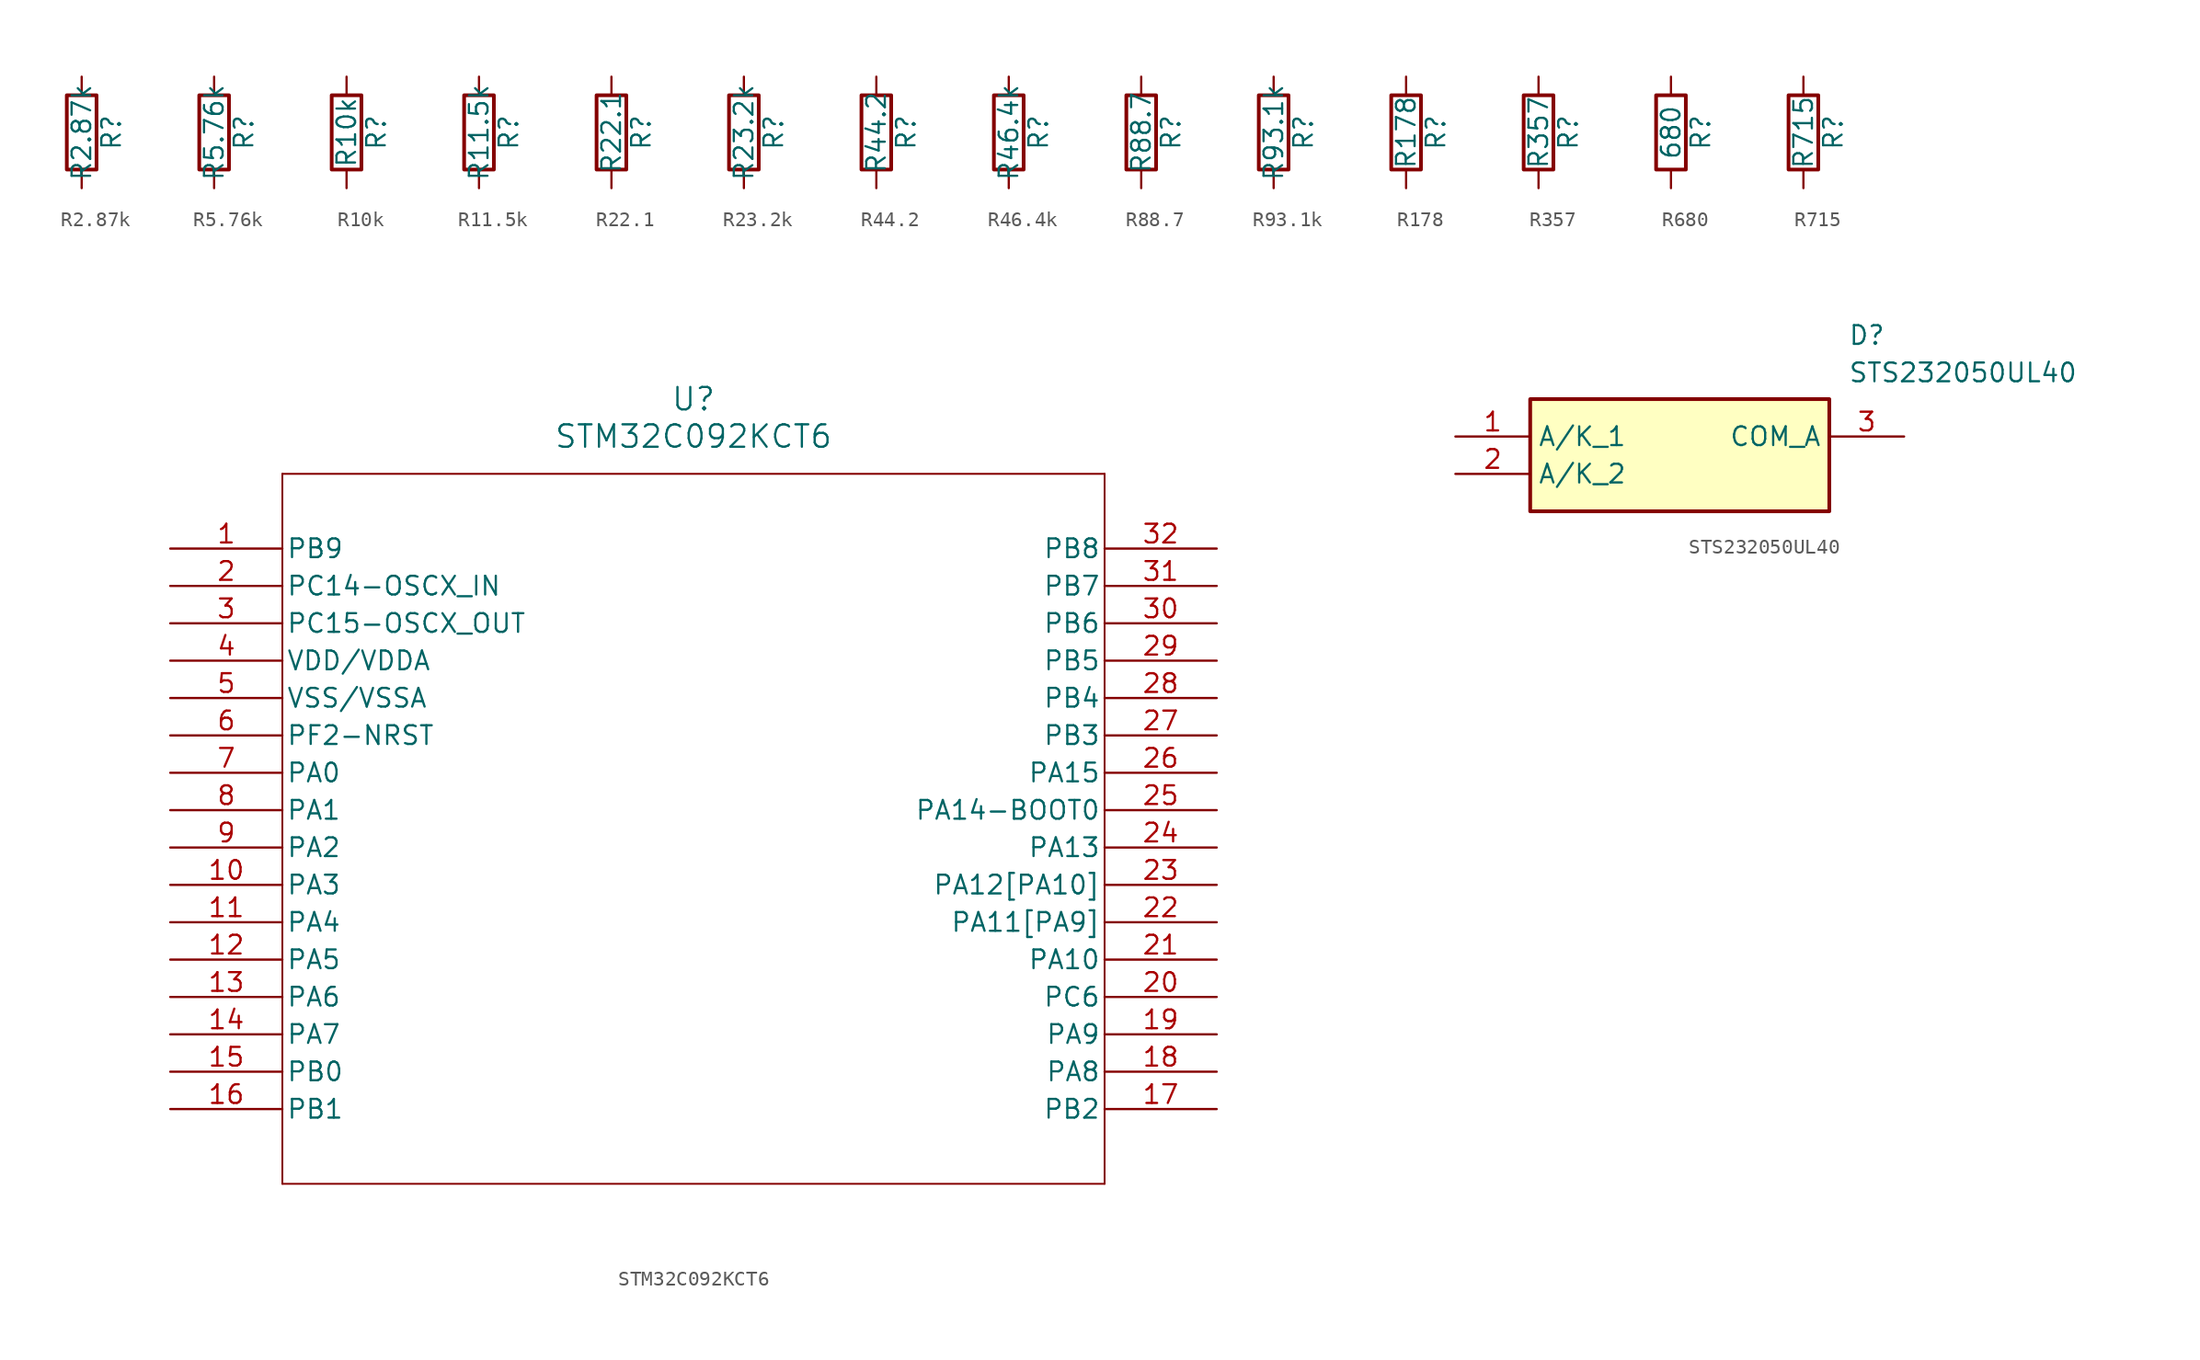
<source format=kicad_sym>
(kicad_symbol_lib
  (version 20241209)
  (generator "kicad_symbol_editor")
  (generator_version "9.0")
  (symbol "R2.87k"
    (pin_numbers
      (hide yes))
    (pin_names
      (offset 0))
    (property "Reference" "R"
      (at 2.032 0 90)
      (effects (font (size 1.27 1.27))))
    (property "Value" "R2.87k"
      (at 0 0 90)
      (effects (font (size 1.27 1.27))))
    (symbol "R2.87k_0_1"
      (rectangle (start -1.016 -2.54) (end 1.016 2.54) (stroke (width 0.254) (type default)) (fill (type none))))
    (symbol "R2.87k_1_1"
      (pin passive line (at 0 3.81 270) (length 1.27) (name "~" (effects (font (size 1.27 1.27)))) (number "1" (effects (font (size 1.27 1.27)))))
      (pin passive line (at 0 -3.81 90) (length 1.27) (name "~" (effects (font (size 1.27 1.27)))) (number "2" (effects (font (size 1.27 1.27)))))))
  (symbol "R5.76k"
    (pin_numbers
      (hide yes))
    (pin_names
      (offset 0))
    (property "Reference" "R"
      (at 2.032 0 90)
      (effects (font (size 1.27 1.27))))
    (property "Value" "R5.76k"
      (at 0 0 90)
      (effects (font (size 1.27 1.27))))
    (symbol "R5.76k_0_1"
      (rectangle (start -1.016 -2.54) (end 1.016 2.54) (stroke (width 0.254) (type default)) (fill (type none))))
    (symbol "R5.76k_1_1"
      (pin passive line (at 0 3.81 270) (length 1.27) (name "~" (effects (font (size 1.27 1.27)))) (number "1" (effects (font (size 1.27 1.27)))))
      (pin passive line (at 0 -3.81 90) (length 1.27) (name "~" (effects (font (size 1.27 1.27)))) (number "2" (effects (font (size 1.27 1.27)))))))
  (symbol "R10k"
    (pin_numbers
      (hide yes))
    (pin_names
      (offset 0))
    (property "Reference" "R"
      (at 2.032 0 90)
      (effects (font (size 1.27 1.27))))
    (property "Value" "R10k"
      (at 0 0 90)
      (effects (font (size 1.27 1.27))))
    (symbol "R10k_0_1"
      (rectangle (start -1.016 -2.54) (end 1.016 2.54) (stroke (width 0.254) (type default)) (fill (type none))))
    (symbol "R10k_1_1"
      (pin passive line (at 0 3.81 270) (length 1.27) (name "~" (effects (font (size 1.27 1.27)))) (number "1" (effects (font (size 1.27 1.27)))))
      (pin passive line (at 0 -3.81 90) (length 1.27) (name "~" (effects (font (size 1.27 1.27)))) (number "2" (effects (font (size 1.27 1.27)))))))
  (symbol "R11.5k"
    (pin_numbers
      (hide yes))
    (pin_names
      (offset 0))
    (property "Reference" "R"
      (at 2.032 0 90)
      (effects (font (size 1.27 1.27))))
    (property "Value" "R11.5k"
      (at 0 0 90)
      (effects (font (size 1.27 1.27))))
    (symbol "R11.5k_0_1"
      (rectangle (start -1.016 -2.54) (end 1.016 2.54) (stroke (width 0.254) (type default)) (fill (type none))))
    (symbol "R11.5k_1_1"
      (pin passive line (at 0 3.81 270) (length 1.27) (name "~" (effects (font (size 1.27 1.27)))) (number "1" (effects (font (size 1.27 1.27)))))
      (pin passive line (at 0 -3.81 90) (length 1.27) (name "~" (effects (font (size 1.27 1.27)))) (number "2" (effects (font (size 1.27 1.27)))))))
  (symbol "R22.1"
    (pin_numbers
      (hide yes))
    (pin_names
      (offset 0))
    (property "Reference" "R"
      (at 2.032 0 90)
      (effects (font (size 1.27 1.27))))
    (property "Value" "R22.1"
      (at 0 0 90)
      (effects (font (size 1.27 1.27))))
    (symbol "R22.1_0_1"
      (rectangle (start -1.016 -2.54) (end 1.016 2.54) (stroke (width 0.254) (type default)) (fill (type none))))
    (symbol "R22.1_1_1"
      (pin passive line (at 0 3.81 270) (length 1.27) (name "~" (effects (font (size 1.27 1.27)))) (number "1" (effects (font (size 1.27 1.27)))))
      (pin passive line (at 0 -3.81 90) (length 1.27) (name "~" (effects (font (size 1.27 1.27)))) (number "2" (effects (font (size 1.27 1.27)))))))
  (symbol "R23.2k"
    (pin_numbers
      (hide yes))
    (pin_names
      (offset 0))
    (property "Reference" "R"
      (at 2.032 0 90)
      (effects (font (size 1.27 1.27))))
    (property "Value" "R23.2k"
      (at 0 0 90)
      (effects (font (size 1.27 1.27))))
    (symbol "R23.2k_0_1"
      (rectangle (start -1.016 -2.54) (end 1.016 2.54) (stroke (width 0.254) (type default)) (fill (type none))))
    (symbol "R23.2k_1_1"
      (pin passive line (at 0 3.81 270) (length 1.27) (name "~" (effects (font (size 1.27 1.27)))) (number "1" (effects (font (size 1.27 1.27)))))
      (pin passive line (at 0 -3.81 90) (length 1.27) (name "~" (effects (font (size 1.27 1.27)))) (number "2" (effects (font (size 1.27 1.27)))))))
  (symbol "R44.2"
    (pin_numbers
      (hide yes))
    (pin_names
      (offset 0))
    (property "Reference" "R"
      (at 2.032 0 90)
      (effects (font (size 1.27 1.27))))
    (property "Value" "R44.2"
      (at 0 0 90)
      (effects (font (size 1.27 1.27))))
    (symbol "R44.2_0_1"
      (rectangle (start -1.016 -2.54) (end 1.016 2.54) (stroke (width 0.254) (type default)) (fill (type none))))
    (symbol "R44.2_1_1"
      (pin passive line (at 0 3.81 270) (length 1.27) (name "~" (effects (font (size 1.27 1.27)))) (number "1" (effects (font (size 1.27 1.27)))))
      (pin passive line (at 0 -3.81 90) (length 1.27) (name "~" (effects (font (size 1.27 1.27)))) (number "2" (effects (font (size 1.27 1.27)))))))
  (symbol "R46.4k"
    (pin_numbers
      (hide yes))
    (pin_names
      (offset 0))
    (property "Reference" "R"
      (at 2.032 0 90)
      (effects (font (size 1.27 1.27))))
    (property "Value" "R46.4k"
      (at 0 0 90)
      (effects (font (size 1.27 1.27))))
    (symbol "R46.4k_0_1"
      (rectangle (start -1.016 -2.54) (end 1.016 2.54) (stroke (width 0.254) (type default)) (fill (type none))))
    (symbol "R46.4k_1_1"
      (pin passive line (at 0 3.81 270) (length 1.27) (name "~" (effects (font (size 1.27 1.27)))) (number "1" (effects (font (size 1.27 1.27)))))
      (pin passive line (at 0 -3.81 90) (length 1.27) (name "~" (effects (font (size 1.27 1.27)))) (number "2" (effects (font (size 1.27 1.27)))))))
  (symbol "R88.7"
    (pin_numbers
      (hide yes))
    (pin_names
      (offset 0))
    (property "Reference" "R"
      (at 2.032 0 90)
      (effects (font (size 1.27 1.27))))
    (property "Value" "R88.7"
      (at 0 0 90)
      (effects (font (size 1.27 1.27))))
    (symbol "R88.7_0_1"
      (rectangle (start -1.016 -2.54) (end 1.016 2.54) (stroke (width 0.254) (type default)) (fill (type none))))
    (symbol "R88.7_1_1"
      (pin passive line (at 0 3.81 270) (length 1.27) (name "~" (effects (font (size 1.27 1.27)))) (number "1" (effects (font (size 1.27 1.27)))))
      (pin passive line (at 0 -3.81 90) (length 1.27) (name "~" (effects (font (size 1.27 1.27)))) (number "2" (effects (font (size 1.27 1.27)))))))
  (symbol "R93.1k"
    (pin_numbers
      (hide yes))
    (pin_names
      (offset 0))
    (property "Reference" "R"
      (at 2.032 0 90)
      (effects (font (size 1.27 1.27))))
    (property "Value" "R93.1k"
      (at 0 0 90)
      (effects (font (size 1.27 1.27))))
    (symbol "R93.1k_0_1"
      (rectangle (start -1.016 -2.54) (end 1.016 2.54) (stroke (width 0.254) (type default)) (fill (type none))))
    (symbol "R93.1k_1_1"
      (pin passive line (at 0 3.81 270) (length 1.27) (name "~" (effects (font (size 1.27 1.27)))) (number "1" (effects (font (size 1.27 1.27)))))
      (pin passive line (at 0 -3.81 90) (length 1.27) (name "~" (effects (font (size 1.27 1.27)))) (number "2" (effects (font (size 1.27 1.27)))))))
  (symbol "R178"
    (pin_numbers
      (hide yes))
    (pin_names
      (offset 0))
    (property "Reference" "R"
      (at 2.032 0 90)
      (effects (font (size 1.27 1.27))))
    (property "Value" "R178"
      (at 0 0 90)
      (effects (font (size 1.27 1.27))))
    (symbol "R178_0_1"
      (rectangle (start -1.016 -2.54) (end 1.016 2.54) (stroke (width 0.254) (type default)) (fill (type none))))
    (symbol "R178_1_1"
      (pin passive line (at 0 3.81 270) (length 1.27) (name "~" (effects (font (size 1.27 1.27)))) (number "1" (effects (font (size 1.27 1.27)))))
      (pin passive line (at 0 -3.81 90) (length 1.27) (name "~" (effects (font (size 1.27 1.27)))) (number "2" (effects (font (size 1.27 1.27)))))))
  (symbol "R357"
    (pin_numbers
      (hide yes))
    (pin_names
      (offset 0))
    (property "Reference" "R"
      (at 2.032 0 90)
      (effects (font (size 1.27 1.27))))
    (property "Value" "R357"
      (at 0 0 90)
      (effects (font (size 1.27 1.27))))
    (symbol "R357_0_1"
      (rectangle (start -1.016 -2.54) (end 1.016 2.54) (stroke (width 0.254) (type default)) (fill (type none))))
    (symbol "R357_1_1"
      (pin passive line (at 0 3.81 270) (length 1.27) (name "~" (effects (font (size 1.27 1.27)))) (number "1" (effects (font (size 1.27 1.27)))))
      (pin passive line (at 0 -3.81 90) (length 1.27) (name "~" (effects (font (size 1.27 1.27)))) (number "2" (effects (font (size 1.27 1.27)))))))
  (symbol "R680"
    (pin_numbers
      (hide yes))
    (pin_names
      (offset 0))
    (property "Reference" "R"
      (at 2.032 0 90)
      (effects (font (size 1.27 1.27))))
    (property "Value" "680"
      (at 0 0 90)
      (effects (font (size 1.27 1.27))))
    (symbol "R680_0_1"
      (rectangle (start -1.016 -2.54) (end 1.016 2.54) (stroke (width 0.254) (type default)) (fill (type none))))
    (symbol "R680_1_1"
      (pin passive line (at 0 3.81 270) (length 1.27) (name "~" (effects (font (size 1.27 1.27)))) (number "1" (effects (font (size 1.27 1.27)))))
      (pin passive line (at 0 -3.81 90) (length 1.27) (name "~" (effects (font (size 1.27 1.27)))) (number "2" (effects (font (size 1.27 1.27)))))))
  (symbol "R715"
    (pin_numbers
      (hide yes))
    (pin_names
      (offset 0))
    (property "Reference" "R"
      (at 2.032 0 90)
      (effects (font (size 1.27 1.27))))
    (property "Value" "R715"
      (at 0 0 90)
      (effects (font (size 1.27 1.27))))
    (symbol "R715_0_1"
      (rectangle (start -1.016 -2.54) (end 1.016 2.54) (stroke (width 0.254) (type default)) (fill (type none))))
    (symbol "R715_1_1"
      (pin passive line (at 0 3.81 270) (length 1.27) (name "~" (effects (font (size 1.27 1.27)))) (number "1" (effects (font (size 1.27 1.27)))))
      (pin passive line (at 0 -3.81 90) (length 1.27) (name "~" (effects (font (size 1.27 1.27)))) (number "2" (effects (font (size 1.27 1.27)))))))
  (symbol "STM32C092KCT6"
    (pin_names
      (offset 0.254))
    (property "Reference" "U"
      (at 35.56 10.16 0)
      (effects (font (size 1.524 1.524))))
    (property "Value" "STM32C092KCT6"
      (at 35.56 7.62 0)
      (effects (font (size 1.524 1.524))))
    (symbol "STM32C092KCT6_0_1"
      (polyline (pts (xy 7.62 5.08) (xy 7.62 -43.18)) (stroke (width 0.127) (type default)) (fill (type none)))
      (polyline (pts (xy 7.62 -43.18) (xy 63.5 -43.18)) (stroke (width 0.127) (type default)) (fill (type none)))
      (polyline (pts (xy 63.5 5.08) (xy 7.62 5.08)) (stroke (width 0.127) (type default)) (fill (type none)))
      (polyline (pts (xy 63.5 -43.18) (xy 63.5 5.08)) (stroke (width 0.127) (type default)) (fill (type none)))
      (pin bidirectional line (at 0 0 0) (length 7.62) (name "PB9" (effects (font (size 1.27 1.27)))) (number "1" (effects (font (size 1.27 1.27)))))
      (pin bidirectional line (at 0 -2.54 0) (length 7.62) (name "PC14-OSCX_IN" (effects (font (size 1.27 1.27)))) (number "2" (effects (font (size 1.27 1.27)))))
      (pin bidirectional line (at 0 -5.08 0) (length 7.62) (name "PC15-OSCX_OUT" (effects (font (size 1.27 1.27)))) (number "3" (effects (font (size 1.27 1.27)))))
      (pin power_in line (at 0 -7.62 0) (length 7.62) (name "VDD/VDDA" (effects (font (size 1.27 1.27)))) (number "4" (effects (font (size 1.27 1.27)))))
      (pin power_out line (at 0 -10.16 0) (length 7.62) (name "VSS/VSSA" (effects (font (size 1.27 1.27)))) (number "5" (effects (font (size 1.27 1.27)))))
      (pin bidirectional line (at 0 -12.7 0) (length 7.62) (name "PF2-NRST" (effects (font (size 1.27 1.27)))) (number "6" (effects (font (size 1.27 1.27)))))
      (pin bidirectional line (at 0 -15.24 0) (length 7.62) (name "PA0" (effects (font (size 1.27 1.27)))) (number "7" (effects (font (size 1.27 1.27)))))
      (pin bidirectional line (at 0 -17.78 0) (length 7.62) (name "PA1" (effects (font (size 1.27 1.27)))) (number "8" (effects (font (size 1.27 1.27)))))
      (pin bidirectional line (at 0 -20.32 0) (length 7.62) (name "PA2" (effects (font (size 1.27 1.27)))) (number "9" (effects (font (size 1.27 1.27)))))
      (pin bidirectional line (at 0 -22.86 0) (length 7.62) (name "PA3" (effects (font (size 1.27 1.27)))) (number "10" (effects (font (size 1.27 1.27)))))
      (pin bidirectional line (at 0 -25.4 0) (length 7.62) (name "PA4" (effects (font (size 1.27 1.27)))) (number "11" (effects (font (size 1.27 1.27)))))
      (pin bidirectional line (at 0 -27.94 0) (length 7.62) (name "PA5" (effects (font (size 1.27 1.27)))) (number "12" (effects (font (size 1.27 1.27)))))
      (pin bidirectional line (at 0 -30.48 0) (length 7.62) (name "PA6" (effects (font (size 1.27 1.27)))) (number "13" (effects (font (size 1.27 1.27)))))
      (pin bidirectional line (at 0 -33.02 0) (length 7.62) (name "PA7" (effects (font (size 1.27 1.27)))) (number "14" (effects (font (size 1.27 1.27)))))
      (pin bidirectional line (at 0 -35.56 0) (length 7.62) (name "PB0" (effects (font (size 1.27 1.27)))) (number "15" (effects (font (size 1.27 1.27)))))
      (pin bidirectional line (at 0 -38.1 0) (length 7.62) (name "PB1" (effects (font (size 1.27 1.27)))) (number "16" (effects (font (size 1.27 1.27)))))
      (pin bidirectional line (at 71.12 0 180) (length 7.62) (name "PB8" (effects (font (size 1.27 1.27)))) (number "32" (effects (font (size 1.27 1.27)))))
      (pin bidirectional line (at 71.12 -2.54 180) (length 7.62) (name "PB7" (effects (font (size 1.27 1.27)))) (number "31" (effects (font (size 1.27 1.27)))))
      (pin bidirectional line (at 71.12 -5.08 180) (length 7.62) (name "PB6" (effects (font (size 1.27 1.27)))) (number "30" (effects (font (size 1.27 1.27)))))
      (pin bidirectional line (at 71.12 -7.62 180) (length 7.62) (name "PB5" (effects (font (size 1.27 1.27)))) (number "29" (effects (font (size 1.27 1.27)))))
      (pin bidirectional line (at 71.12 -10.16 180) (length 7.62) (name "PB4" (effects (font (size 1.27 1.27)))) (number "28" (effects (font (size 1.27 1.27)))))
      (pin bidirectional line (at 71.12 -12.7 180) (length 7.62) (name "PB3" (effects (font (size 1.27 1.27)))) (number "27" (effects (font (size 1.27 1.27)))))
      (pin bidirectional line (at 71.12 -15.24 180) (length 7.62) (name "PA15" (effects (font (size 1.27 1.27)))) (number "26" (effects (font (size 1.27 1.27)))))
      (pin bidirectional line (at 71.12 -17.78 180) (length 7.62) (name "PA14-BOOT0" (effects (font (size 1.27 1.27)))) (number "25" (effects (font (size 1.27 1.27)))))
      (pin bidirectional line (at 71.12 -20.32 180) (length 7.62) (name "PA13" (effects (font (size 1.27 1.27)))) (number "24" (effects (font (size 1.27 1.27)))))
      (pin bidirectional line (at 71.12 -22.86 180) (length 7.62) (name "PA12[PA10]" (effects (font (size 1.27 1.27)))) (number "23" (effects (font (size 1.27 1.27)))))
      (pin bidirectional line (at 71.12 -25.4 180) (length 7.62) (name "PA11[PA9]" (effects (font (size 1.27 1.27)))) (number "22" (effects (font (size 1.27 1.27)))))
      (pin bidirectional line (at 71.12 -27.94 180) (length 7.62) (name "PA10" (effects (font (size 1.27 1.27)))) (number "21" (effects (font (size 1.27 1.27)))))
      (pin bidirectional line (at 71.12 -30.48 180) (length 7.62) (name "PC6" (effects (font (size 1.27 1.27)))) (number "20" (effects (font (size 1.27 1.27)))))
      (pin bidirectional line (at 71.12 -33.02 180) (length 7.62) (name "PA9" (effects (font (size 1.27 1.27)))) (number "19" (effects (font (size 1.27 1.27)))))
      (pin bidirectional line (at 71.12 -35.56 180) (length 7.62) (name "PA8" (effects (font (size 1.27 1.27)))) (number "18" (effects (font (size 1.27 1.27)))))
      (pin bidirectional line (at 71.12 -38.1 180) (length 7.62) (name "PB2" (effects (font (size 1.27 1.27)))) (number "17" (effects (font (size 1.27 1.27)))))))
  (symbol "STS232050UL40"
    (property "Reference" "D"
      (at 26.67 7.62 0)
      (effects (font (size 1.27 1.27)) (justify left top)))
    (property "Value" "STS232050UL40"
      (at 26.67 5.08 0)
      (effects (font (size 1.27 1.27)) (justify left top)))
    (symbol "STS232050UL40_1_1"
      (rectangle (start 5.08 2.54) (end 25.4 -5.08) (stroke (width 0.254) (type default)) (fill (type background)))
      (pin passive line (at 0 0 0) (length 5.08) (name "A/K_1" (effects (font (size 1.27 1.27)))) (number "1" (effects (font (size 1.27 1.27)))))
      (pin passive line (at 0 -2.54 0) (length 5.08) (name "A/K_2" (effects (font (size 1.27 1.27)))) (number "2" (effects (font (size 1.27 1.27)))))
      (pin passive line (at 30.48 0 180) (length 5.08) (name "COM_A" (effects (font (size 1.27 1.27)))) (number "3" (effects (font (size 1.27 1.27))))))))
</source>
